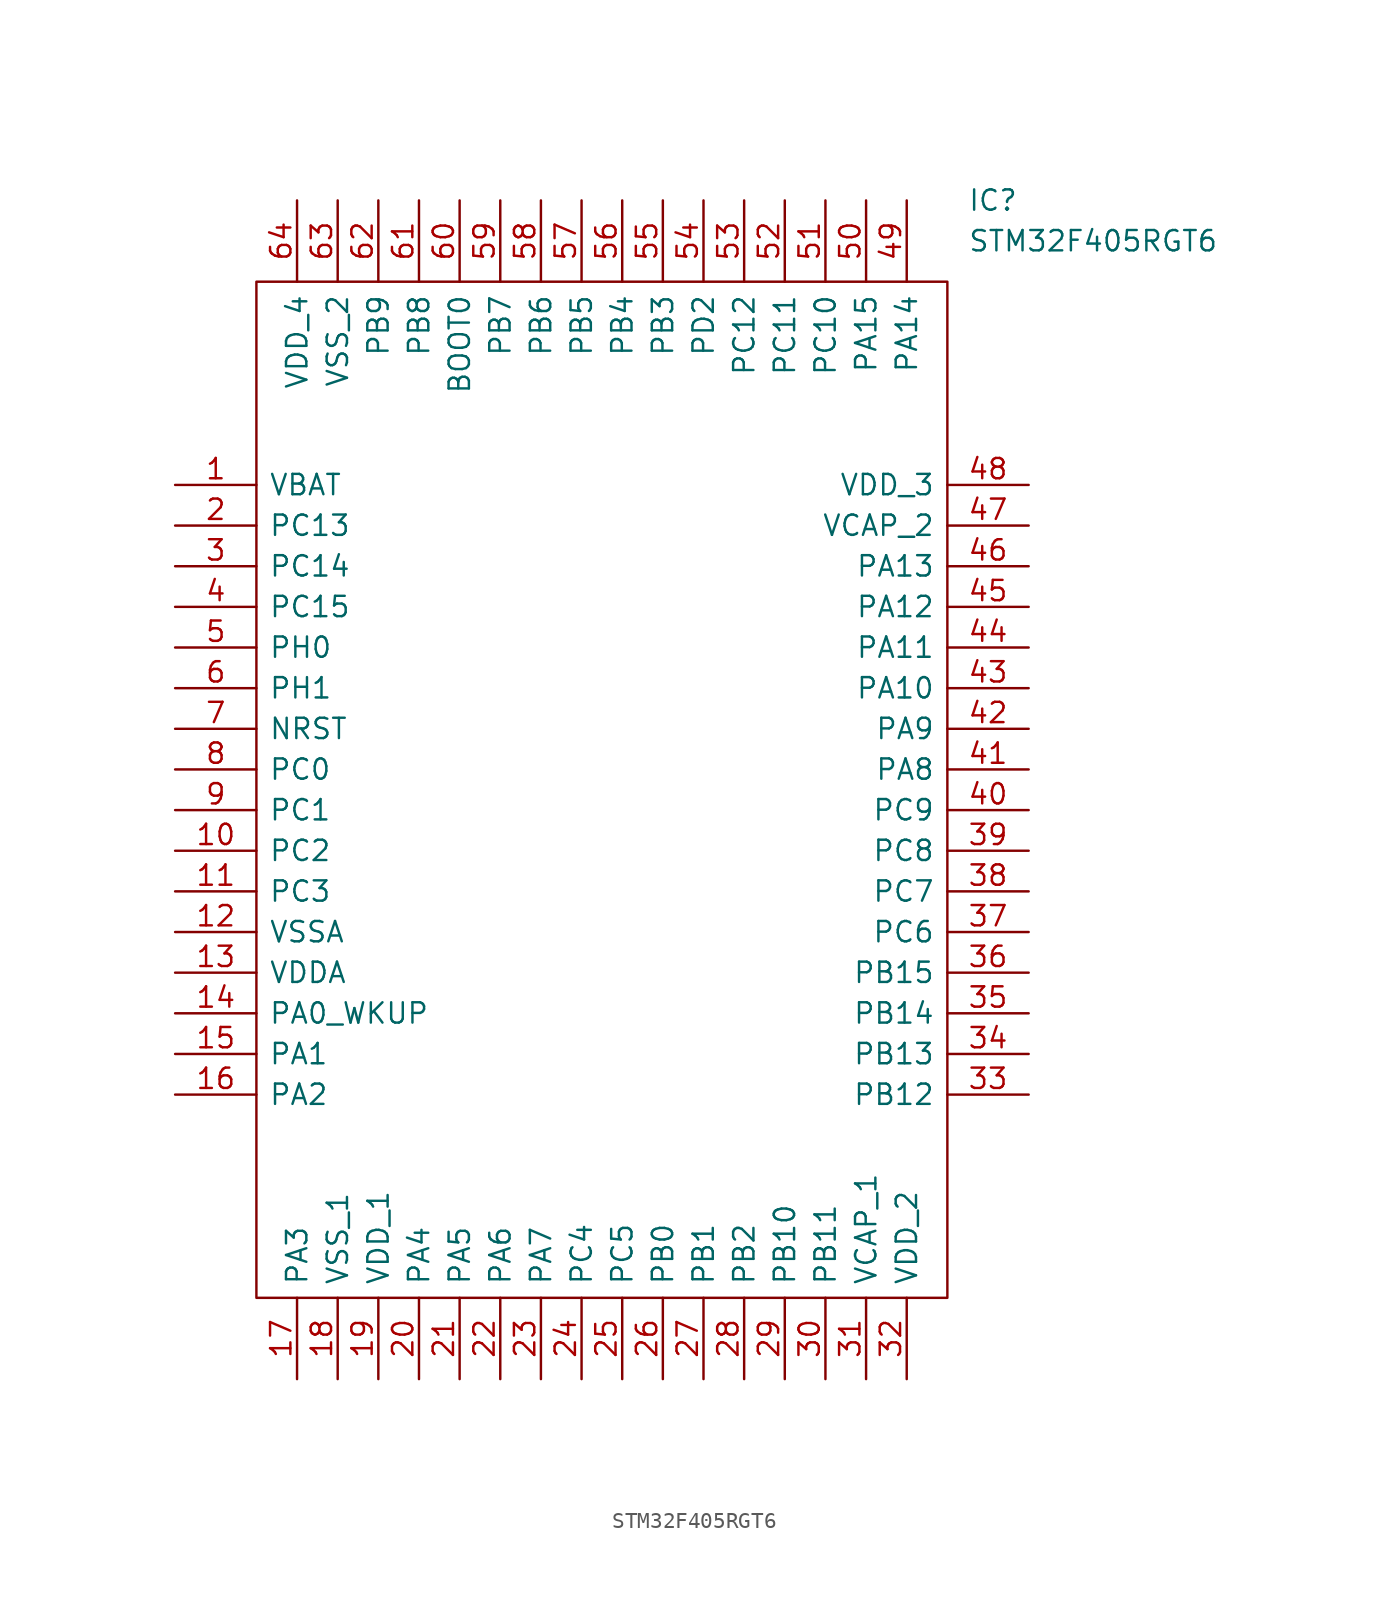
<source format=kicad_sym>
(kicad_symbol_lib
  (version 20231120)
  (generator "kicad_symbol_editor")
  (generator_version "8.0")
  (symbol "STM32F405RGT6"
    (pin_names
      (offset 0.762))
    (property "Reference" "IC"
      (at 49.53 17.78 0)
      (effects (font (size 1.27 1.27)) (justify left)))
    (property "Value" "STM32F405RGT6"
      (at 49.53 15.24 0)
      (effects (font (size 1.27 1.27)) (justify left)))
    (symbol "STM32F405RGT6_0_0"
      (pin bidirectional line (at 0 0 0) (length 5.08) (name "VBAT" (effects (font (size 1.27 1.27)))) (number "1" (effects (font (size 1.27 1.27)))))
      (pin bidirectional line (at 0 -22.86 0) (length 5.08) (name "PC2" (effects (font (size 1.27 1.27)))) (number "10" (effects (font (size 1.27 1.27)))))
      (pin bidirectional line (at 0 -25.4 0) (length 5.08) (name "PC3" (effects (font (size 1.27 1.27)))) (number "11" (effects (font (size 1.27 1.27)))))
      (pin bidirectional line (at 0 -27.94 0) (length 5.08) (name "VSSA" (effects (font (size 1.27 1.27)))) (number "12" (effects (font (size 1.27 1.27)))))
      (pin bidirectional line (at 0 -30.48 0) (length 5.08) (name "VDDA" (effects (font (size 1.27 1.27)))) (number "13" (effects (font (size 1.27 1.27)))))
      (pin bidirectional line (at 0 -33.02 0) (length 5.08) (name "PA0_WKUP" (effects (font (size 1.27 1.27)))) (number "14" (effects (font (size 1.27 1.27)))))
      (pin bidirectional line (at 0 -35.56 0) (length 5.08) (name "PA1" (effects (font (size 1.27 1.27)))) (number "15" (effects (font (size 1.27 1.27)))))
      (pin bidirectional line (at 0 -38.1 0) (length 5.08) (name "PA2" (effects (font (size 1.27 1.27)))) (number "16" (effects (font (size 1.27 1.27)))))
      (pin bidirectional line (at 7.62 -55.88 90) (length 5.08) (name "PA3" (effects (font (size 1.27 1.27)))) (number "17" (effects (font (size 1.27 1.27)))))
      (pin bidirectional line (at 10.16 -55.88 90) (length 5.08) (name "VSS_1" (effects (font (size 1.27 1.27)))) (number "18" (effects (font (size 1.27 1.27)))))
      (pin bidirectional line (at 12.7 -55.88 90) (length 5.08) (name "VDD_1" (effects (font (size 1.27 1.27)))) (number "19" (effects (font (size 1.27 1.27)))))
      (pin bidirectional line (at 0 -2.54 0) (length 5.08) (name "PC13" (effects (font (size 1.27 1.27)))) (number "2" (effects (font (size 1.27 1.27)))))
      (pin bidirectional line (at 15.24 -55.88 90) (length 5.08) (name "PA4" (effects (font (size 1.27 1.27)))) (number "20" (effects (font (size 1.27 1.27)))))
      (pin bidirectional line (at 17.78 -55.88 90) (length 5.08) (name "PA5" (effects (font (size 1.27 1.27)))) (number "21" (effects (font (size 1.27 1.27)))))
      (pin bidirectional line (at 20.32 -55.88 90) (length 5.08) (name "PA6" (effects (font (size 1.27 1.27)))) (number "22" (effects (font (size 1.27 1.27)))))
      (pin bidirectional line (at 22.86 -55.88 90) (length 5.08) (name "PA7" (effects (font (size 1.27 1.27)))) (number "23" (effects (font (size 1.27 1.27)))))
      (pin bidirectional line (at 25.4 -55.88 90) (length 5.08) (name "PC4" (effects (font (size 1.27 1.27)))) (number "24" (effects (font (size 1.27 1.27)))))
      (pin bidirectional line (at 27.94 -55.88 90) (length 5.08) (name "PC5" (effects (font (size 1.27 1.27)))) (number "25" (effects (font (size 1.27 1.27)))))
      (pin bidirectional line (at 30.48 -55.88 90) (length 5.08) (name "PB0" (effects (font (size 1.27 1.27)))) (number "26" (effects (font (size 1.27 1.27)))))
      (pin bidirectional line (at 33.02 -55.88 90) (length 5.08) (name "PB1" (effects (font (size 1.27 1.27)))) (number "27" (effects (font (size 1.27 1.27)))))
      (pin bidirectional line (at 35.56 -55.88 90) (length 5.08) (name "PB2" (effects (font (size 1.27 1.27)))) (number "28" (effects (font (size 1.27 1.27)))))
      (pin bidirectional line (at 38.1 -55.88 90) (length 5.08) (name "PB10" (effects (font (size 1.27 1.27)))) (number "29" (effects (font (size 1.27 1.27)))))
      (pin bidirectional line (at 0 -5.08 0) (length 5.08) (name "PC14" (effects (font (size 1.27 1.27)))) (number "3" (effects (font (size 1.27 1.27)))))
      (pin bidirectional line (at 40.64 -55.88 90) (length 5.08) (name "PB11" (effects (font (size 1.27 1.27)))) (number "30" (effects (font (size 1.27 1.27)))))
      (pin bidirectional line (at 43.18 -55.88 90) (length 5.08) (name "VCAP_1" (effects (font (size 1.27 1.27)))) (number "31" (effects (font (size 1.27 1.27)))))
      (pin bidirectional line (at 45.72 -55.88 90) (length 5.08) (name "VDD_2" (effects (font (size 1.27 1.27)))) (number "32" (effects (font (size 1.27 1.27)))))
      (pin bidirectional line (at 53.34 -38.1 180) (length 5.08) (name "PB12" (effects (font (size 1.27 1.27)))) (number "33" (effects (font (size 1.27 1.27)))))
      (pin bidirectional line (at 53.34 -35.56 180) (length 5.08) (name "PB13" (effects (font (size 1.27 1.27)))) (number "34" (effects (font (size 1.27 1.27)))))
      (pin bidirectional line (at 53.34 -33.02 180) (length 5.08) (name "PB14" (effects (font (size 1.27 1.27)))) (number "35" (effects (font (size 1.27 1.27)))))
      (pin bidirectional line (at 53.34 -30.48 180) (length 5.08) (name "PB15" (effects (font (size 1.27 1.27)))) (number "36" (effects (font (size 1.27 1.27)))))
      (pin bidirectional line (at 53.34 -27.94 180) (length 5.08) (name "PC6" (effects (font (size 1.27 1.27)))) (number "37" (effects (font (size 1.27 1.27)))))
      (pin bidirectional line (at 53.34 -25.4 180) (length 5.08) (name "PC7" (effects (font (size 1.27 1.27)))) (number "38" (effects (font (size 1.27 1.27)))))
      (pin bidirectional line (at 53.34 -22.86 180) (length 5.08) (name "PC8" (effects (font (size 1.27 1.27)))) (number "39" (effects (font (size 1.27 1.27)))))
      (pin bidirectional line (at 0 -7.62 0) (length 5.08) (name "PC15" (effects (font (size 1.27 1.27)))) (number "4" (effects (font (size 1.27 1.27)))))
      (pin bidirectional line (at 53.34 -20.32 180) (length 5.08) (name "PC9" (effects (font (size 1.27 1.27)))) (number "40" (effects (font (size 1.27 1.27)))))
      (pin bidirectional line (at 53.34 -17.78 180) (length 5.08) (name "PA8" (effects (font (size 1.27 1.27)))) (number "41" (effects (font (size 1.27 1.27)))))
      (pin bidirectional line (at 53.34 -15.24 180) (length 5.08) (name "PA9" (effects (font (size 1.27 1.27)))) (number "42" (effects (font (size 1.27 1.27)))))
      (pin bidirectional line (at 53.34 -12.7 180) (length 5.08) (name "PA10" (effects (font (size 1.27 1.27)))) (number "43" (effects (font (size 1.27 1.27)))))
      (pin bidirectional line (at 53.34 -10.16 180) (length 5.08) (name "PA11" (effects (font (size 1.27 1.27)))) (number "44" (effects (font (size 1.27 1.27)))))
      (pin bidirectional line (at 53.34 -7.62 180) (length 5.08) (name "PA12" (effects (font (size 1.27 1.27)))) (number "45" (effects (font (size 1.27 1.27)))))
      (pin bidirectional line (at 53.34 -5.08 180) (length 5.08) (name "PA13" (effects (font (size 1.27 1.27)))) (number "46" (effects (font (size 1.27 1.27)))))
      (pin bidirectional line (at 53.34 -2.54 180) (length 5.08) (name "VCAP_2" (effects (font (size 1.27 1.27)))) (number "47" (effects (font (size 1.27 1.27)))))
      (pin bidirectional line (at 53.34 0 180) (length 5.08) (name "VDD_3" (effects (font (size 1.27 1.27)))) (number "48" (effects (font (size 1.27 1.27)))))
      (pin bidirectional line (at 45.72 17.78 270) (length 5.08) (name "PA14" (effects (font (size 1.27 1.27)))) (number "49" (effects (font (size 1.27 1.27)))))
      (pin bidirectional line (at 0 -10.16 0) (length 5.08) (name "PH0" (effects (font (size 1.27 1.27)))) (number "5" (effects (font (size 1.27 1.27)))))
      (pin bidirectional line (at 43.18 17.78 270) (length 5.08) (name "PA15" (effects (font (size 1.27 1.27)))) (number "50" (effects (font (size 1.27 1.27)))))
      (pin bidirectional line (at 40.64 17.78 270) (length 5.08) (name "PC10" (effects (font (size 1.27 1.27)))) (number "51" (effects (font (size 1.27 1.27)))))
      (pin bidirectional line (at 38.1 17.78 270) (length 5.08) (name "PC11" (effects (font (size 1.27 1.27)))) (number "52" (effects (font (size 1.27 1.27)))))
      (pin bidirectional line (at 35.56 17.78 270) (length 5.08) (name "PC12" (effects (font (size 1.27 1.27)))) (number "53" (effects (font (size 1.27 1.27)))))
      (pin bidirectional line (at 33.02 17.78 270) (length 5.08) (name "PD2" (effects (font (size 1.27 1.27)))) (number "54" (effects (font (size 1.27 1.27)))))
      (pin bidirectional line (at 30.48 17.78 270) (length 5.08) (name "PB3" (effects (font (size 1.27 1.27)))) (number "55" (effects (font (size 1.27 1.27)))))
      (pin bidirectional line (at 27.94 17.78 270) (length 5.08) (name "PB4" (effects (font (size 1.27 1.27)))) (number "56" (effects (font (size 1.27 1.27)))))
      (pin bidirectional line (at 25.4 17.78 270) (length 5.08) (name "PB5" (effects (font (size 1.27 1.27)))) (number "57" (effects (font (size 1.27 1.27)))))
      (pin bidirectional line (at 22.86 17.78 270) (length 5.08) (name "PB6" (effects (font (size 1.27 1.27)))) (number "58" (effects (font (size 1.27 1.27)))))
      (pin bidirectional line (at 20.32 17.78 270) (length 5.08) (name "PB7" (effects (font (size 1.27 1.27)))) (number "59" (effects (font (size 1.27 1.27)))))
      (pin bidirectional line (at 0 -12.7 0) (length 5.08) (name "PH1" (effects (font (size 1.27 1.27)))) (number "6" (effects (font (size 1.27 1.27)))))
      (pin bidirectional line (at 17.78 17.78 270) (length 5.08) (name "BOOT0" (effects (font (size 1.27 1.27)))) (number "60" (effects (font (size 1.27 1.27)))))
      (pin bidirectional line (at 15.24 17.78 270) (length 5.08) (name "PB8" (effects (font (size 1.27 1.27)))) (number "61" (effects (font (size 1.27 1.27)))))
      (pin bidirectional line (at 12.7 17.78 270) (length 5.08) (name "PB9" (effects (font (size 1.27 1.27)))) (number "62" (effects (font (size 1.27 1.27)))))
      (pin bidirectional line (at 10.16 17.78 270) (length 5.08) (name "VSS_2" (effects (font (size 1.27 1.27)))) (number "63" (effects (font (size 1.27 1.27)))))
      (pin bidirectional line (at 7.62 17.78 270) (length 5.08) (name "VDD_4" (effects (font (size 1.27 1.27)))) (number "64" (effects (font (size 1.27 1.27)))))
      (pin bidirectional line (at 0 -15.24 0) (length 5.08) (name "NRST" (effects (font (size 1.27 1.27)))) (number "7" (effects (font (size 1.27 1.27)))))
      (pin bidirectional line (at 0 -17.78 0) (length 5.08) (name "PC0" (effects (font (size 1.27 1.27)))) (number "8" (effects (font (size 1.27 1.27)))))
      (pin bidirectional line (at 0 -20.32 0) (length 5.08) (name "PC1" (effects (font (size 1.27 1.27)))) (number "9" (effects (font (size 1.27 1.27))))))
    (symbol "STM32F405RGT6_0_1"
      (polyline (pts (xy 5.08 12.7) (xy 48.26 12.7) (xy 48.26 -50.8) (xy 5.08 -50.8) (xy 5.08 12.7)) (stroke (width 0.152) (type solid)) (fill (type none))))))
</source>
